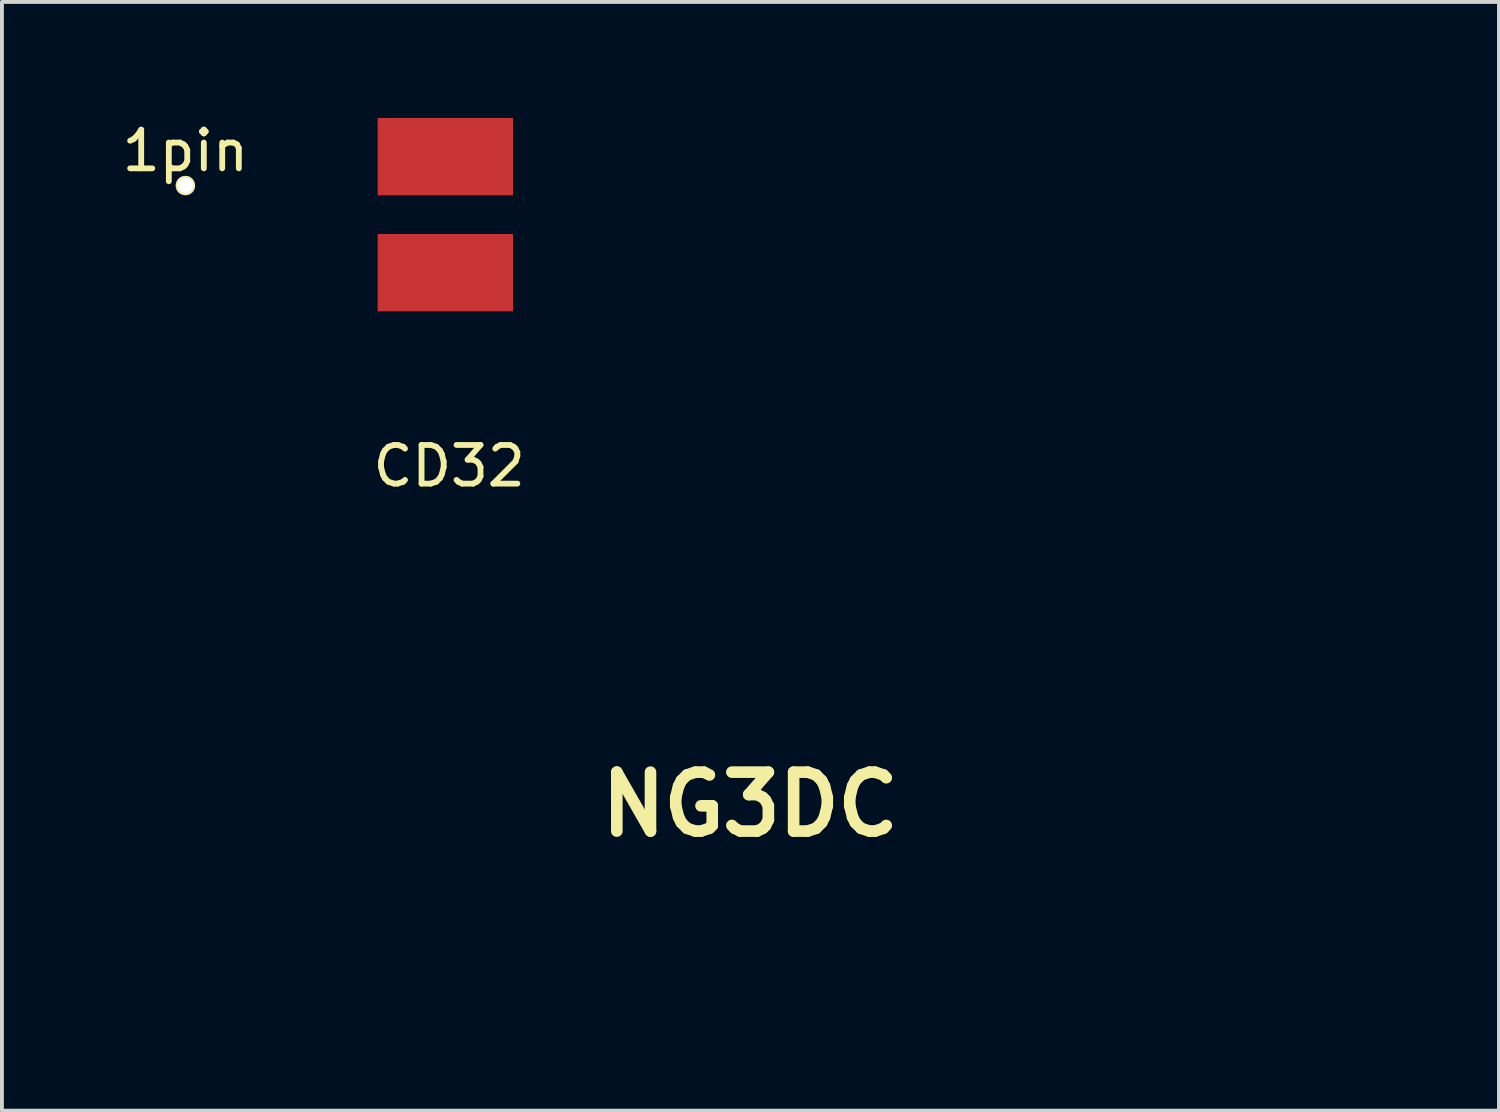
<source format=kicad_pcb>
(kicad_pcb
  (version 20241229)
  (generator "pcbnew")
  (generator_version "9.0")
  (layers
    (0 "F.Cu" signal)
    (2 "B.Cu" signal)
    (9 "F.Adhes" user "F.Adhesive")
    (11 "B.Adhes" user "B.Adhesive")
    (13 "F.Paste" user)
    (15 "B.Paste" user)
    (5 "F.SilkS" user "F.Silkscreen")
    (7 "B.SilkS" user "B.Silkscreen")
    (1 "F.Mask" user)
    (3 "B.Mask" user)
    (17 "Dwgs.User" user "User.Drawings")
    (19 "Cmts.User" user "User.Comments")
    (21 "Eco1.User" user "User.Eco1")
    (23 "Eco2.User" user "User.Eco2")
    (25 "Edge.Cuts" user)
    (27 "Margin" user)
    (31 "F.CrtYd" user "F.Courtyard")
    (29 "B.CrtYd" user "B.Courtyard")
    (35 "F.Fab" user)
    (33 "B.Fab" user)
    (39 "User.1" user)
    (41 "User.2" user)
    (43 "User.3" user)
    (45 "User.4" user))
  (footprint "CD32"
    (layer "F.Cu")
    (at 8.465 2.5)
    (property "Reference" "CD32" (at 0.1 6.5 0) (layer "F.SilkS") (effects (font (size 1 1) (thickness 0.15))))
    (attr through_hole)
    (pad "1" smd rect (at 0 -1.5) (size 3.5 2) (layers "F.Cu" "F.Mask" "F.Paste"))
    (pad "2" smd rect (at 0 1.5) (size 3.5 2) (layers "F.Cu" "F.Mask" "F.Paste")))
  (footprint "NG3DC"
    (layer "F.Cu")
    (at 16.346 17.75)
    (property "Reference" "NG3DC" (at 0 0 0) (layer "F.SilkS") (effects (font (size 1.524 1.524) (thickness 0.3))))
    (attr through_hole)
    (fp_poly (pts (xy -10.508 -4.873) (xy -10.512 -4.856) (xy -10.527 -4.854) (xy -10.55 -4.865) (xy -10.546 -4.873) (xy -10.512 -4.876) (xy -10.508 -4.873)) (stroke (width 0.01) (type solid)) (fill yes) (layer "F.Mask"))
    (fp_poly (pts (xy -14.436 -4.881) (xy -10.556 1.595) (xy -10.555 0.691) (xy -10.553 0.339) (xy -10.549 0.034) (xy -10.541 -0.23) (xy -10.529 -0.462) (xy -10.512 -0.669) (xy -10.49 -0.861) (xy -10.462 -1.044) (xy -10.428 -1.227) (xy -10.427 -1.232) (xy -10.303 -1.725) (xy -10.134 -2.195) (xy -9.924 -2.636) (xy -9.674 -3.044) (xy -9.387 -3.416) (xy -9.065 -3.746) (xy -8.953 -3.845) (xy -8.573 -4.134) (xy -8.181 -4.373) (xy -7.77 -4.563) (xy -7.33 -4.71) (xy -6.929 -4.803) (xy -6.823 -4.823) (xy -6.726 -4.838) (xy -6.627 -4.849) (xy -6.519 -4.857) (xy -6.391 -4.863) (xy -6.235 -4.866) (xy -6.042 -4.867) (xy -5.802 -4.868) (xy -5.771 -4.868) (xy -5.487 -4.867) (xy -5.249 -4.863) (xy -5.047 -4.855) (xy -4.871 -4.842) (xy -4.71 -4.824) (xy -4.555 -4.798) (xy -4.395 -4.764) (xy -4.219 -4.72) (xy -4.129 -4.697) (xy -3.712 -4.558) (xy -3.324 -4.372) (xy -2.969 -4.141) (xy -2.65 -3.869) (xy -2.368 -3.556) (xy -2.126 -3.205) (xy -1.927 -2.819) (xy -1.919 -2.8) (xy -1.866 -2.67) (xy -1.816 -2.533) (xy -1.771 -2.397) (xy -1.735 -2.274) (xy -1.711 -2.176) (xy -1.702 -2.112) (xy -1.705 -2.095) (xy -1.735 -2.087) (xy -1.812 -2.07) (xy -1.928 -2.046) (xy -2.077 -2.016) (xy -2.251 -1.981) (xy -2.44 -1.944) (xy -2.638 -1.905) (xy -2.838 -1.866) (xy -3.03 -1.829) (xy -3.208 -1.795) (xy -3.363 -1.766) (xy -3.487 -1.743) (xy -3.574 -1.728) (xy -3.615 -1.722) (xy -3.616 -1.722) (xy -3.633 -1.746) (xy -3.662 -1.81) (xy -3.696 -1.898) (xy -3.829 -2.188) (xy -4.009 -2.45) (xy -4.231 -2.681) (xy -4.489 -2.876) (xy -4.78 -3.031) (xy -5.08 -3.136) (xy -5.178 -3.161) (xy -5.269 -3.178) (xy -5.367 -3.19) (xy -5.483 -3.196) (xy -5.631 -3.199) (xy -5.814 -3.2) (xy -6.002 -3.198) (xy -6.148 -3.195) (xy -6.264 -3.187) (xy -6.363 -3.175) (xy -6.461 -3.156) (xy -6.569 -3.129) (xy -6.59 -3.124) (xy -6.957 -3.001) (xy -7.286 -2.839) (xy -7.575 -2.635) (xy -7.827 -2.391) (xy -8.04 -2.105) (xy -8.216 -1.777) (xy -8.355 -1.407) (xy -8.439 -1.081) (xy -8.468 -0.91) (xy -8.491 -0.696) (xy -8.507 -0.455) (xy -8.518 -0.2) (xy -8.521 0.054) (xy -8.516 0.293) (xy -8.503 0.503) (xy -8.497 0.565) (xy -8.424 1.022) (xy -8.314 1.438) (xy -8.167 1.812) (xy -7.983 2.144) (xy -7.763 2.433) (xy -7.507 2.679) (xy -7.215 2.882) (xy -6.888 3.042) (xy -6.525 3.157) (xy -6.294 3.204) (xy -5.911 3.241) (xy -5.513 3.227) (xy -5.107 3.164) (xy -4.701 3.054) (xy -4.3 2.898) (xy -3.912 2.698) (xy -3.732 2.587) (xy -3.556 2.472) (xy -3.556 1.27) (xy -5.757 1.27) (xy -5.757 -0.339) (xy -1.58 -0.339) (xy -1.58 3.471) (xy -1.807 3.65) (xy -2.171 3.908) (xy -2.579 4.145) (xy -3.024 4.357) (xy -3.496 4.541) (xy -3.986 4.693) (xy -4.486 4.809) (xy -4.938 4.881) (xy -5.22 4.905) (xy -5.54 4.914) (xy -5.881 4.909) (xy -6.229 4.89) (xy -6.565 4.858) (xy -6.875 4.814) (xy -7.027 4.785) (xy -7.346 4.703) (xy -7.677 4.59) (xy -8.002 4.455) (xy -8.304 4.303) (xy -8.53 4.168) (xy -8.721 4.041) (xy -8.721 4.911) (xy -9.713 4.904) (xy -10.704 4.897) (xy -12.612 1.736) (xy -14.52 -1.425) (xy -14.528 1.743) (xy -14.535 4.911) (xy -16.341 4.911) (xy -16.341 -4.882) (xy -14.436 -4.881)) (stroke (width 0.01) (type solid)) (fill yes) (layer "F.Mask"))
    (fp_poly (pts (xy 4.381 -4.897) (xy 4.773 -4.896) (xy 5.116 -4.896) (xy 5.414 -4.896) (xy 5.671 -4.895) (xy 5.89 -4.893) (xy 6.076 -4.891) (xy 6.233 -4.889) (xy 6.363 -4.886) (xy 6.472 -4.882) (xy 6.562 -4.877) (xy 6.638 -4.872) (xy 6.704 -4.865) (xy 6.762 -4.858) (xy 6.818 -4.849) (xy 6.875 -4.839) (xy 6.9 -4.834) (xy 7.309 -4.741) (xy 7.676 -4.616) (xy 8.009 -4.456) (xy 8.317 -4.257) (xy 8.604 -4.019) (xy 8.696 -3.928) (xy 8.802 -3.816) (xy 8.908 -3.696) (xy 9.004 -3.582) (xy 9.078 -3.487) (xy 9.104 -3.449) (xy 9.124 -3.464) (xy 9.177 -3.512) (xy 9.253 -3.585) (xy 9.345 -3.676) (xy 9.699 -3.994) (xy 10.075 -4.261) (xy 10.477 -4.48) (xy 10.906 -4.652) (xy 11.366 -4.778) (xy 11.833 -4.856) (xy 12.008 -4.871) (xy 12.221 -4.878) (xy 12.458 -4.879) (xy 12.706 -4.874) (xy 12.95 -4.863) (xy 13.179 -4.847) (xy 13.377 -4.826) (xy 13.521 -4.802) (xy 13.979 -4.682) (xy 14.402 -4.518) (xy 14.79 -4.312) (xy 15.141 -4.063) (xy 15.454 -3.774) (xy 15.728 -3.444) (xy 15.963 -3.075) (xy 16.028 -2.95) (xy 16.096 -2.806) (xy 16.162 -2.654) (xy 16.221 -2.503) (xy 16.27 -2.363) (xy 16.307 -2.242) (xy 16.328 -2.152) (xy 16.33 -2.1) (xy 16.326 -2.093) (xy 16.293 -2.081) (xy 16.211 -2.058) (xy 16.088 -2.026) (xy 15.93 -1.986) (xy 15.745 -1.941) (xy 15.539 -1.892) (xy 15.423 -1.865) (xy 15.207 -1.815) (xy 15.006 -1.768) (xy 14.828 -1.726) (xy 14.68 -1.692) (xy 14.569 -1.666) (xy 14.502 -1.65) (xy 14.488 -1.647) (xy 14.452 -1.645) (xy 14.426 -1.668) (xy 14.401 -1.726) (xy 14.379 -1.797) (xy 14.266 -2.093) (xy 14.107 -2.366) (xy 13.907 -2.611) (xy 13.673 -2.82) (xy 13.412 -2.987) (xy 13.193 -3.084) (xy 12.902 -3.163) (xy 12.584 -3.206) (xy 12.258 -3.21) (xy 11.94 -3.176) (xy 11.74 -3.131) (xy 11.41 -3.013) (xy 11.115 -2.852) (xy 10.857 -2.648) (xy 10.634 -2.401) (xy 10.447 -2.111) (xy 10.296 -1.778) (xy 10.18 -1.402) (xy 10.1 -0.981) (xy 10.054 -0.517) (xy 10.05 -0.437) (xy 10.041 0.112) (xy 10.063 0.616) (xy 10.117 1.074) (xy 10.203 1.486) (xy 10.322 1.855) (xy 10.474 2.179) (xy 10.659 2.461) (xy 10.877 2.7) (xy 11.13 2.897) (xy 11.416 3.053) (xy 11.728 3.166) (xy 11.897 3.201) (xy 12.1 3.224) (xy 12.321 3.234) (xy 12.541 3.23) (xy 12.742 3.214) (xy 12.909 3.183) (xy 12.923 3.179) (xy 13.236 3.063) (xy 13.52 2.899) (xy 13.774 2.689) (xy 13.922 2.525) (xy 14.033 2.368) (xy 14.145 2.172) (xy 14.251 1.953) (xy 14.343 1.728) (xy 14.41 1.524) (xy 14.443 1.41) (xy 14.469 1.319) (xy 14.486 1.262) (xy 14.491 1.25) (xy 14.518 1.255) (xy 14.592 1.276) (xy 14.705 1.309) (xy 14.848 1.353) (xy 15.016 1.404) (xy 15.199 1.462) (xy 15.392 1.522) (xy 15.585 1.583) (xy 15.772 1.643) (xy 15.946 1.699) (xy 16.098 1.749) (xy 16.221 1.79) (xy 16.308 1.82) (xy 16.351 1.836) (xy 16.354 1.838) (xy 16.359 1.877) (xy 16.343 1.959) (xy 16.311 2.075) (xy 16.264 2.216) (xy 16.206 2.373) (xy 16.14 2.538) (xy 16.069 2.702) (xy 15.996 2.855) (xy 15.984 2.879) (xy 15.749 3.287) (xy 15.481 3.649) (xy 15.179 3.966) (xy 14.844 4.238) (xy 14.475 4.464) (xy 14.073 4.644) (xy 13.638 4.78) (xy 13.168 4.87) (xy 13.063 4.883) (xy 12.872 4.899) (xy 12.646 4.907) (xy 12.398 4.907) (xy 12.143 4.901) (xy 11.895 4.888) (xy 11.669 4.869) (xy 11.477 4.844) (xy 11.399 4.83) (xy 10.937 4.709) (xy 10.507 4.543) (xy 10.104 4.328) (xy 9.726 4.064) (xy 9.367 3.748) (xy 9.348 3.729) (xy 9.081 3.464) (xy 9.008 3.559) (xy 8.89 3.699) (xy 8.746 3.851) (xy 8.59 3.999) (xy 8.439 4.129) (xy 8.339 4.204) (xy 8.013 4.401) (xy 7.65 4.57) (xy 7.264 4.706) (xy 6.872 4.802) (xy 6.816 4.812) (xy 6.693 4.83) (xy 6.547 4.846) (xy 6.373 4.86) (xy 6.169 4.872) (xy 5.932 4.882) (xy 5.659 4.891) (xy 5.346 4.897) (xy 4.989 4.902) (xy 4.587 4.905) (xy 4.136 4.907) (xy 3.633 4.908) (xy 3.471 4.908) (xy 3.086 4.907) (xy 2.753 4.907) (xy 2.467 4.906) (xy 2.224 4.904) (xy 2.02 4.902) (xy 1.851 4.899) (xy 1.711 4.896) (xy 1.597 4.892) (xy 1.503 4.887) (xy 1.427 4.88) (xy 1.362 4.873) (xy 1.305 4.864) (xy 1.256 4.855) (xy 0.869 4.755) (xy 0.516 4.617) (xy 0.188 4.437) (xy -0.021 4.292) (xy -0.29 4.064) (xy -0.521 3.813) (xy -0.721 3.527) (xy -0.875 3.248) (xy -0.935 3.115) (xy -0.993 2.965) (xy -1.046 2.805) (xy -1.092 2.647) (xy -1.129 2.498) (xy -1.154 2.368) (xy -1.165 2.267) (xy -1.16 2.202) (xy -1.146 2.185) (xy -1.11 2.179) (xy -1.027 2.167) (xy -0.905 2.15) (xy -0.753 2.131) (xy -0.579 2.109) (xy -0.391 2.085) (xy -0.2 2.062) (xy -0.012 2.039) (xy 0.163 2.019) (xy 0.317 2.001) (xy 0.441 1.987) (xy 0.526 1.978) (xy 0.563 1.976) (xy 0.613 1.998) (xy 0.636 2.053) (xy 0.7 2.321) (xy 0.775 2.543) (xy 0.867 2.729) (xy 0.978 2.891) (xy 1.076 2.999) (xy 1.276 3.161) (xy 1.502 3.278) (xy 1.745 3.348) (xy 1.997 3.37) (xy 2.249 3.342) (xy 2.491 3.262) (xy 2.507 3.255) (xy 2.662 3.16) (xy 2.82 3.027) (xy 2.965 2.869) (xy 3.083 2.703) (xy 3.129 2.618) (xy 3.225 2.359) (xy 3.282 2.075) (xy 3.301 1.78) (xy 3.281 1.486) (xy 3.223 1.207) (xy 3.131 0.966) (xy 2.999 0.757) (xy 2.829 0.576) (xy 2.63 0.432) (xy 2.41 0.331) (xy 2.22 0.285) (xy 2.041 0.274) (xy 1.826 0.284) (xy 1.591 0.315) (xy 1.396 0.354) (xy 1.3 0.374) (xy 1.228 0.386) (xy 1.196 0.387) (xy 1.196 0.387) (xy 1.197 0.358) (xy 1.205 0.282) (xy 1.218 0.168) (xy 1.235 0.025) (xy 1.256 -0.138) (xy 1.279 -0.312) (xy 1.296 -0.442) (xy 3.443 -0.442) (xy 3.633 -0.381) (xy 3.964 -0.248) (xy 4.263 -0.07) (xy 4.528 0.15) (xy 4.755 0.408) (xy 4.94 0.699) (xy 5.079 1.019) (xy 5.14 1.228) (xy 5.176 1.431) (xy 5.198 1.669) (xy 5.205 1.92) (xy 5.195 2.165) (xy 5.17 2.383) (xy 5.167 2.399) (xy 5.139 2.527) (xy 5.094 2.686) (xy 5.04 2.859) (xy 4.983 3.024) (xy 4.929 3.162) (xy 4.926 3.168) (xy 4.922 3.187) (xy 4.933 3.2) (xy 4.966 3.209) (xy 5.031 3.214) (xy 5.135 3.217) (xy 5.284 3.217) (xy 5.338 3.217) (xy 5.521 3.215) (xy 5.713 3.21) (xy 5.895 3.201) (xy 6.045 3.191) (xy 6.069 3.189) (xy 6.301 3.162) (xy 6.495 3.125) (xy 6.67 3.075) (xy 6.842 3.006) (xy 6.932 2.963) (xy 7.17 2.821) (xy 7.365 2.646) (xy 7.524 2.431) (xy 7.582 2.326) (xy 7.688 2.1) (xy 7.776 1.866) (xy 7.847 1.618) (xy 7.902 1.348) (xy 7.942 1.051) (xy 7.968 0.72) (xy 7.981 0.348) (xy 7.982 -0.07) (xy 7.98 -0.221) (xy 7.971 -0.561) (xy 7.957 -0.854) (xy 7.935 -1.107) (xy 7.906 -1.329) (xy 7.866 -1.528) (xy 7.816 -1.713) (xy 7.752 -1.893) (xy 7.673 -2.075) (xy 7.626 -2.173) (xy 7.462 -2.45) (xy 7.26 -2.684) (xy 7.022 -2.875) (xy 6.746 -3.024) (xy 6.434 -3.13) (xy 6.426 -3.132) (xy 6.273 -3.162) (xy 6.075 -3.189) (xy 5.841 -3.212) (xy 5.582 -3.229) (xy 5.31 -3.241) (xy 5.035 -3.245) (xy 5.019 -3.245) (xy 4.634 -3.246) (xy 4.692 -3.069) (xy 4.727 -2.925) (xy 4.751 -2.743) (xy 4.763 -2.549) (xy 4.764 -2.291) (xy 4.742 -2.068) (xy 4.694 -1.861) (xy 4.615 -1.652) (xy 4.553 -1.52) (xy 4.484 -1.391) (xy 4.413 -1.282) (xy 4.327 -1.174) (xy 4.214 -1.052) (xy 4.167 -1.003) (xy 4.034 -0.877) (xy 3.889 -0.752) (xy 3.751 -0.644) (xy 3.676 -0.592) (xy 3.443 -0.442) (xy 1.296 -0.442) (xy 1.302 -0.487) (xy 1.325 -0.656) (xy 1.346 -0.809) (xy 1.364 -0.937) (xy 1.379 -1.031) (xy 1.388 -1.082) (xy 1.39 -1.088) (xy 1.419 -1.094) (xy 1.492 -1.103) (xy 1.597 -1.116) (xy 1.679 -1.125) (xy 1.931 -1.162) (xy 2.139 -1.215) (xy 2.314 -1.291) (xy 2.467 -1.393) (xy 2.608 -1.525) (xy 2.74 -1.689) (xy 2.829 -1.861) (xy 2.881 -2.057) (xy 2.901 -2.245) (xy 2.892 -2.51) (xy 2.839 -2.744) (xy 2.743 -2.945) (xy 2.607 -3.11) (xy 2.431 -3.237) (xy 2.219 -3.322) (xy 2.06 -3.354) (xy 1.799 -3.365) (xy 1.554 -3.322) (xy 1.329 -3.229) (xy 1.128 -3.085) (xy 1.057 -3.016) (xy 0.918 -2.84) (xy 0.813 -2.639) (xy 0.735 -2.401) (xy 0.72 -2.335) (xy 0.69 -2.215) (xy 0.662 -2.145) (xy 0.634 -2.118) (xy 0.628 -2.117) (xy 0.584 -2.121) (xy 0.494 -2.134) (xy 0.367 -2.154) (xy 0.212 -2.179) (xy 0.037 -2.208) (xy -0.148 -2.239) (xy -0.334 -2.271) (xy -0.513 -2.302) (xy -0.677 -2.331) (xy -0.815 -2.356) (xy -0.919 -2.376) (xy -0.981 -2.389) (xy -0.993 -2.393) (xy -1.012 -2.43) (xy -1.009 -2.51) (xy -0.989 -2.625) (xy -0.953 -2.767) (xy -0.903 -2.927) (xy -0.844 -3.097) (xy -0.777 -3.27) (xy -0.704 -3.436) (xy -0.63 -3.587) (xy -0.569 -3.695) (xy -0.367 -3.973) (xy -0.119 -4.222) (xy 0.172 -4.439) (xy 0.5 -4.622) (xy 0.861 -4.768) (xy 1.031 -4.819) (xy 1.312 -4.897) (xy 3.937 -4.897) (xy 4.381 -4.897)) (stroke (width 0.01) (type solid)) (fill yes) (layer "F.Mask")))
  (footprint "1pin"
    (layer "F.Cu")
    (at 1.744 1.748)
    (property "Reference" "1pin" (at 0 -0.9 0) (layer "F.SilkS") (effects (font (size 1 1) (thickness 0.15))))
    (attr through_hole)
    (pad "GND" thru_hole circle (at 0 0) (size 0.5 0.5) (drill 0.4) (layers "*.Cu" "*.Mask" "F.SilkS")))
  (gr_rect
    (start -3 -3)
    (end 35.709 25.669)
    (stroke (width 0.1) (type default))
    (fill no)
    (layer "Edge.Cuts")))
</source>
